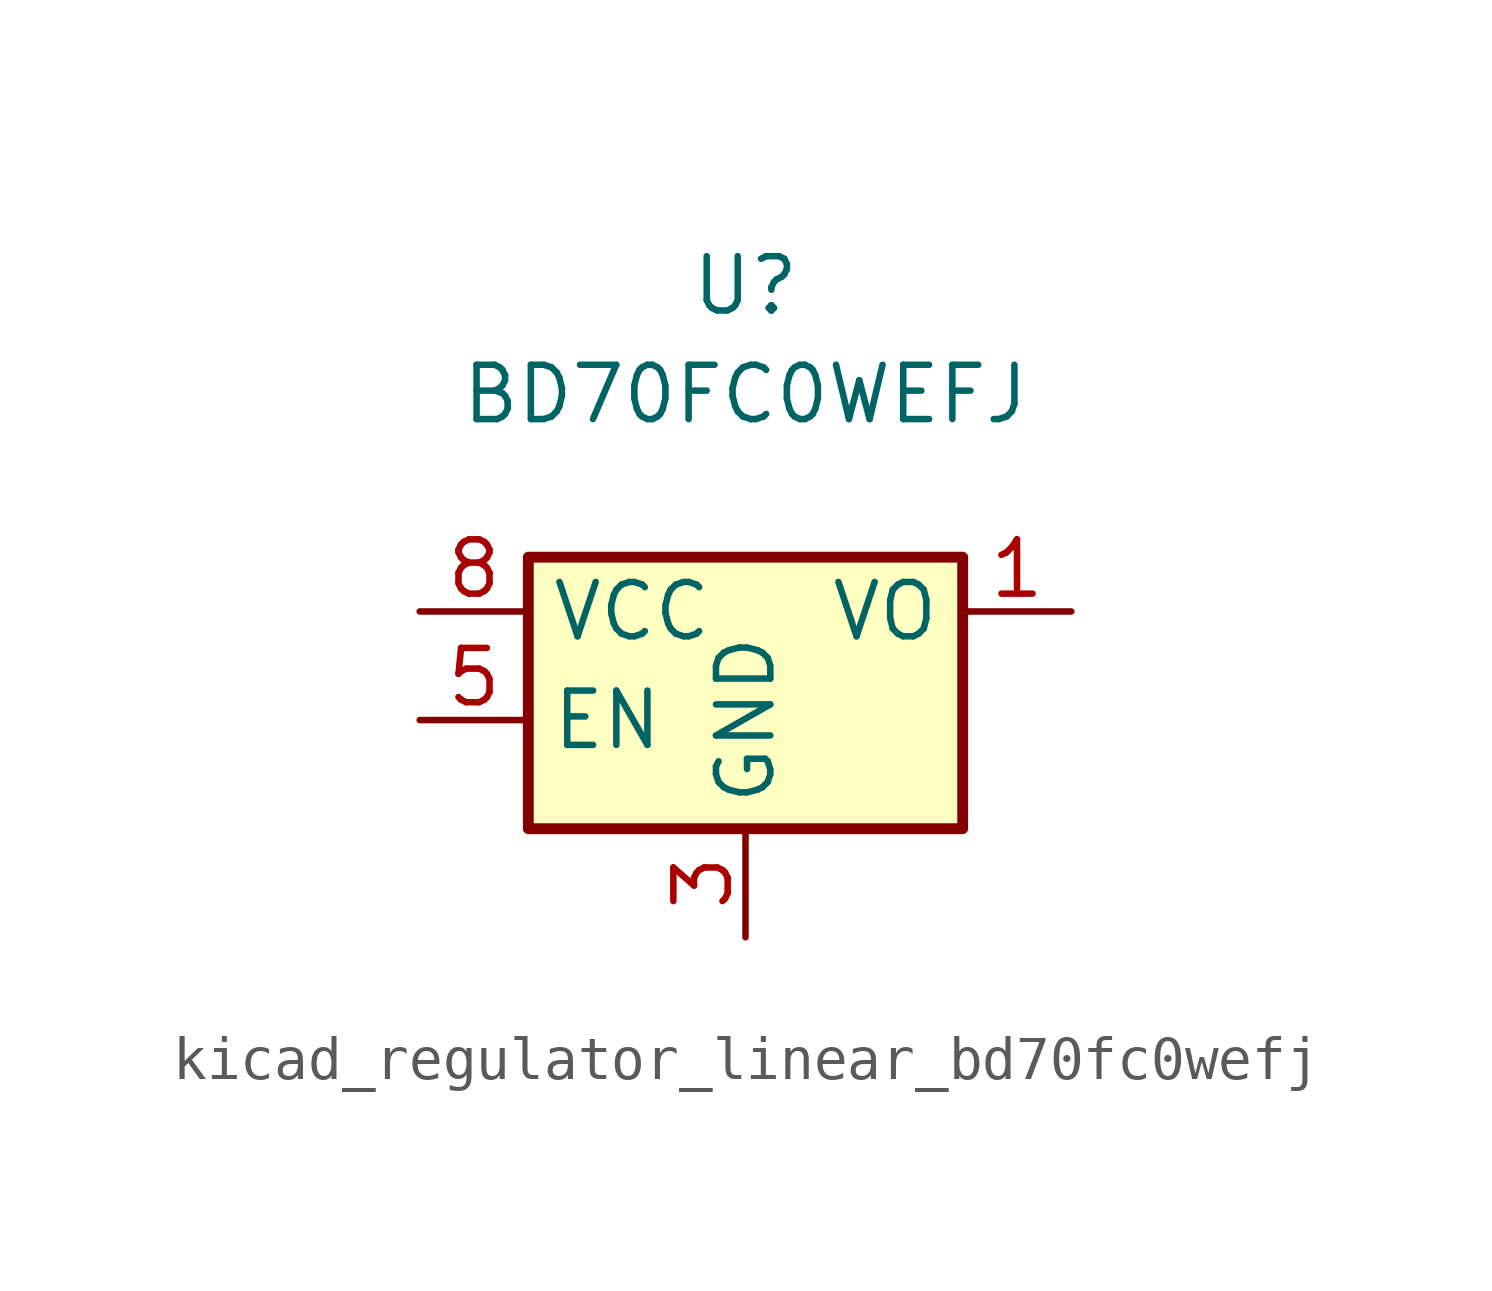
<source format=kicad_sym>
(kicad_symbol_lib
  (version 20220914)
  (generator kicad_symbol_editor)
  (symbol "kicad_regulator_linear_bd70fc0wefj"
    (property "Reference" "U"
      (at 0 7.62 0)
      (effects (font (size 1.27 1.27))))
    (property "Value" "BD70FC0WEFJ"
      (at 0 5.08 0)
      (effects (font (size 1.27 1.27))))
    (symbol "kicad_regulator_linear_bd70fc0wefj_1_1"
      (rectangle (start -5.08 -5.08) (end 5.08 1.27) (stroke (width 0.254) (type default)) (fill (type background)))
      (pin power_out line (at 7.62 0 180) (length 2.54) (name "VO" (effects (font (size 1.27 1.27)))) (number "1" (effects (font (size 1.27 1.27)))))
      (pin no_connect line (at 5.08 -2.54 180) (length 2.54) hide (name "NC" (effects (font (size 1.27 1.27)))) (number "2" (effects (font (size 1.27 1.27)))))
      (pin power_in line (at 0 -7.62 90) (length 2.54) (name "GND" (effects (font (size 1.27 1.27)))) (number "3" (effects (font (size 1.27 1.27)))))
      (pin no_connect line (at -3.81 -5.08 90) (length 2.54) hide (name "NC" (effects (font (size 1.27 1.27)))) (number "4" (effects (font (size 1.27 1.27)))))
      (pin input line (at -7.62 -2.54 0) (length 2.54) (name "EN" (effects (font (size 1.27 1.27)))) (number "5" (effects (font (size 1.27 1.27)))))
      (pin no_connect line (at -2.54 -5.08 90) (length 2.54) hide (name "NC" (effects (font (size 1.27 1.27)))) (number "6" (effects (font (size 1.27 1.27)))))
      (pin no_connect line (at -1.27 -5.08 90) (length 2.54) hide (name "NC" (effects (font (size 1.27 1.27)))) (number "7" (effects (font (size 1.27 1.27)))))
      (pin power_in line (at -7.62 0 0) (length 2.54) (name "VCC" (effects (font (size 1.27 1.27)))) (number "8" (effects (font (size 1.27 1.27)))))
      (pin passive line (at 0 -7.62 90) (length 2.54) hide (name "GND" (effects (font (size 1.27 1.27)))) (number "9" (effects (font (size 1.27 1.27))))))))
</source>
